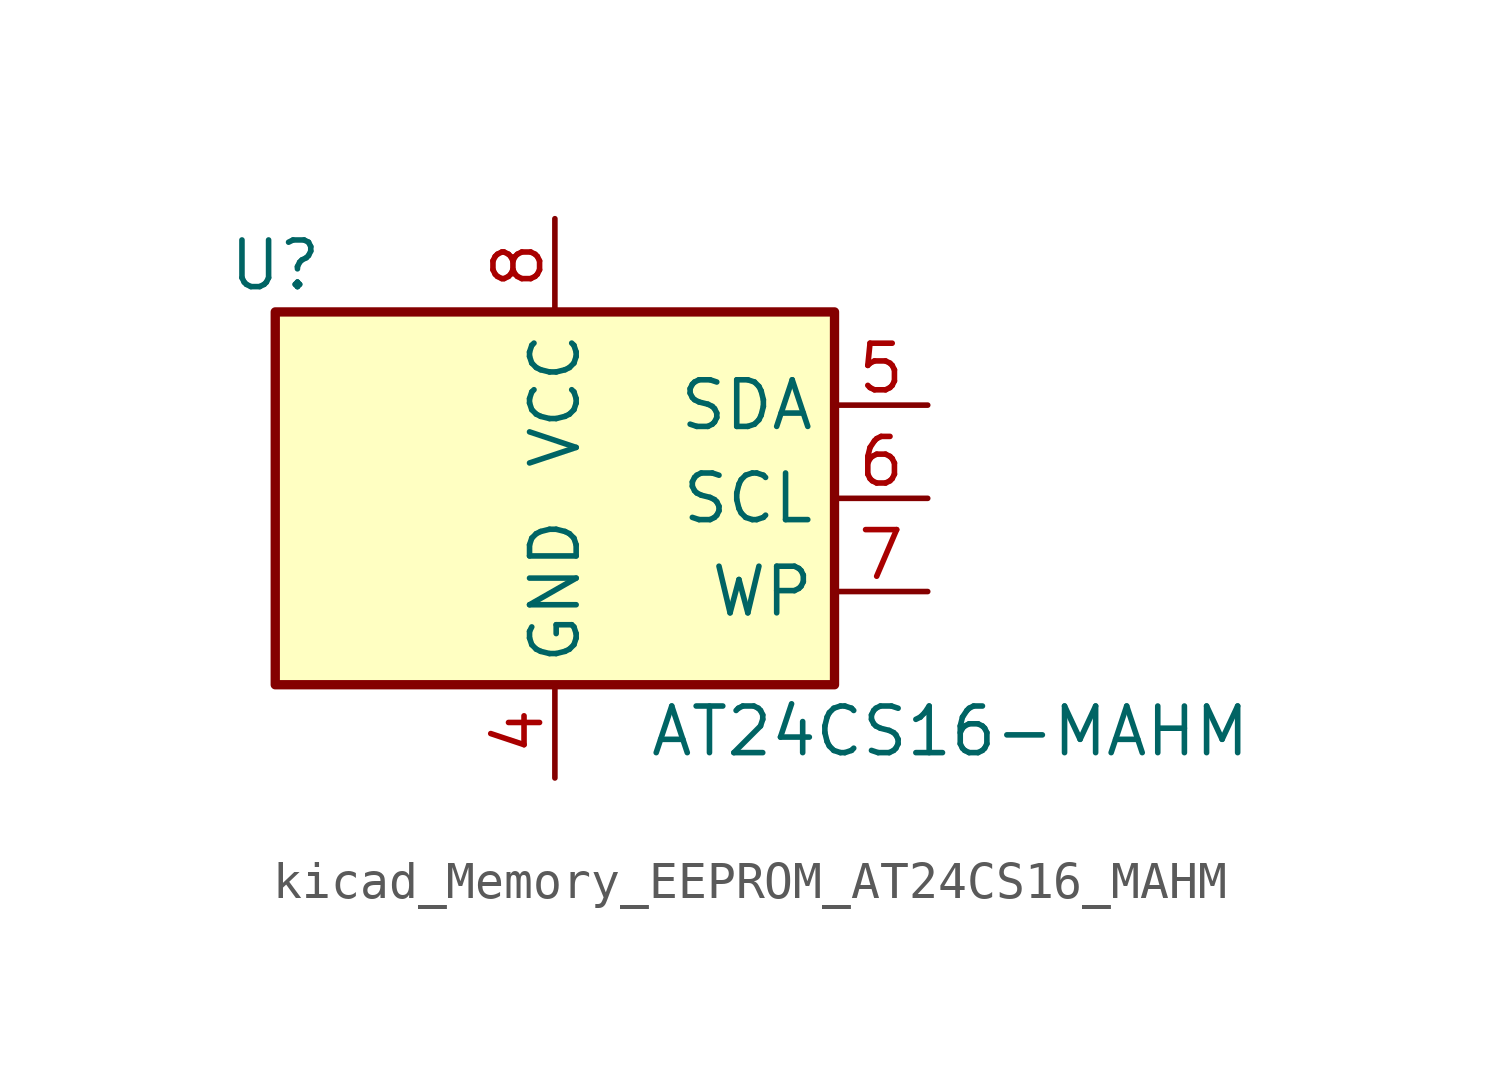
<source format=kicad_sym>
(kicad_symbol_lib
  (version 20220914)
  (generator kicad_symbol_editor)
  (symbol "kicad_Memory_EEPROM_AT24CS16_MAHM"
    (property "Reference" "U"
      (at -7.62 6.35 0)
      (effects (font (size 1.27 1.27))))
    (property "Value" "AT24CS16-MAHM"
      (at 2.54 -6.35 0)
      (effects (font (size 1.27 1.27)) (justify left)))
    (symbol "kicad_Memory_EEPROM_AT24CS16_MAHM_1_1"
      (rectangle (start -7.62 5.08) (end 7.62 -5.08) (stroke (width 0.254) (type default)) (fill (type background)))
      (pin no_connect line (at -7.62 2.54 0) (length 2.54) hide (name "NC" (effects (font (size 1.27 1.27)))) (number "1" (effects (font (size 1.27 1.27)))))
      (pin no_connect line (at -7.62 0 0) (length 2.54) hide (name "NC" (effects (font (size 1.27 1.27)))) (number "2" (effects (font (size 1.27 1.27)))))
      (pin no_connect line (at -7.62 -2.54 0) (length 2.54) hide (name "NC" (effects (font (size 1.27 1.27)))) (number "3" (effects (font (size 1.27 1.27)))))
      (pin power_in line (at 0 -7.62 90) (length 2.54) (name "GND" (effects (font (size 1.27 1.27)))) (number "4" (effects (font (size 1.27 1.27)))))
      (pin bidirectional line (at 10.16 2.54 180) (length 2.54) (name "SDA" (effects (font (size 1.27 1.27)))) (number "5" (effects (font (size 1.27 1.27)))))
      (pin input line (at 10.16 0 180) (length 2.54) (name "SCL" (effects (font (size 1.27 1.27)))) (number "6" (effects (font (size 1.27 1.27)))))
      (pin input line (at 10.16 -2.54 180) (length 2.54) (name "WP" (effects (font (size 1.27 1.27)))) (number "7" (effects (font (size 1.27 1.27)))))
      (pin power_in line (at 0 7.62 270) (length 2.54) (name "VCC" (effects (font (size 1.27 1.27)))) (number "8" (effects (font (size 1.27 1.27)))))
      (pin no_connect line (at -2.54 -5.08 90) (length 2.54) hide (name "NC" (effects (font (size 1.27 1.27)))) (number "9" (effects (font (size 1.27 1.27))))))))
</source>
